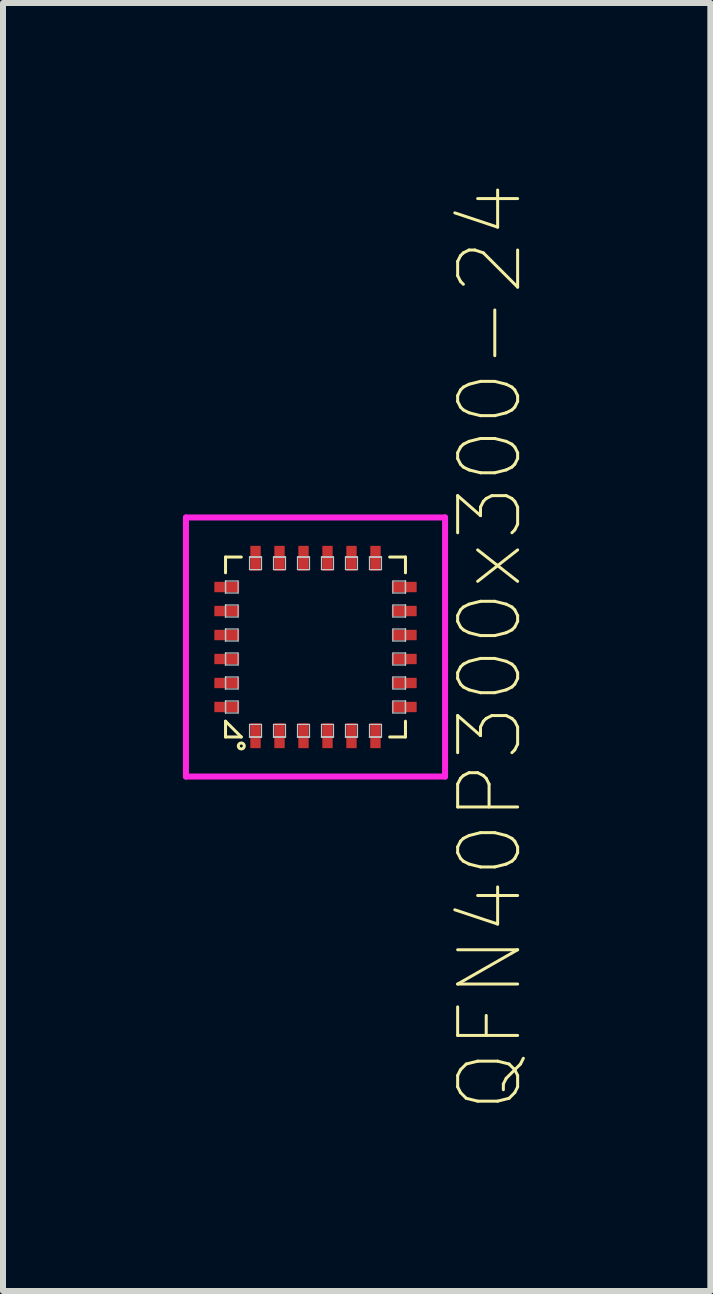
<source format=kicad_pcb>
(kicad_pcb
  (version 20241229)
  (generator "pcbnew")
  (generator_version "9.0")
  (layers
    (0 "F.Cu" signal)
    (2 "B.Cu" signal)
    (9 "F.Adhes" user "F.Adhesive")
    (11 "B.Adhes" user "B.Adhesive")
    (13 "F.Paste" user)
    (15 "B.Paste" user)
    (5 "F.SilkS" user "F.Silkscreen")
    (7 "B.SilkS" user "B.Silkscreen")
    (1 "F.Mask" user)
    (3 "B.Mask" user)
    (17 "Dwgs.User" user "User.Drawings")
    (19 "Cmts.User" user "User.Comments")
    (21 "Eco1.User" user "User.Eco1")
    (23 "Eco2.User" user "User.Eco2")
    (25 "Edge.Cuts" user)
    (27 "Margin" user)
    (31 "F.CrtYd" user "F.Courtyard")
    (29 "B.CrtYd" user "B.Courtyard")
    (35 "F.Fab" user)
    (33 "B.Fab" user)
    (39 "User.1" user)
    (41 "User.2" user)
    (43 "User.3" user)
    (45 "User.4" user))
  (footprint "QFN40P300x300-24"
    (layer "F.Cu")
    (at 2.21 7.737)
    (property "Reference" "QFN40P300x300-24" (at 2.91 0 90) (layer "F.SilkS") (effects (font (size 1 1) (thickness 0.05))))
    (attr through_hole)
    (fp_line (start -1.5 -1.5) (end -1.5 -1.237) (stroke (width 0.05) (type solid)) (layer "F.SilkS"))
    (fp_line (start -1.5 -1.5) (end -1.237 -1.5) (stroke (width 0.05) (type solid)) (layer "F.SilkS"))
    (fp_line (start -1.5 1.237) (end -1.237 1.5) (stroke (width 0.05) (type solid)) (layer "F.SilkS"))
    (fp_line (start -1.5 1.5) (end -1.5 1.237) (stroke (width 0.05) (type solid)) (layer "F.SilkS"))
    (fp_line (start -1.5 1.5) (end -1.237 1.5) (stroke (width 0.05) (type solid)) (layer "F.SilkS"))
    (fp_line (start 1.5 -1.5) (end 1.237 -1.5) (stroke (width 0.05) (type solid)) (layer "F.SilkS"))
    (fp_line (start 1.5 -1.5) (end 1.5 -1.237) (stroke (width 0.05) (type solid)) (layer "F.SilkS"))
    (fp_line (start 1.5 1.5) (end 1.237 1.5) (stroke (width 0.05) (type solid)) (layer "F.SilkS"))
    (fp_line (start 1.5 1.5) (end 1.5 1.237) (stroke (width 0.05) (type solid)) (layer "F.SilkS"))
    (fp_circle (center -1.237 1.65) (end -1.187 1.65) (stroke (width 0.05) (type solid)) (fill no) (layer "F.SilkS"))
    (fp_line (start -1.5 -1.1) (end -1.5 -1.1) (stroke (width 0.02) (type solid)) (layer "Dwgs.User"))
    (fp_line (start -1.5 -1.1) (end -1.5 -0.9) (stroke (width 0.02) (type solid)) (layer "Dwgs.User"))
    (fp_line (start -1.5 -1.1) (end -1.29 -1.1) (stroke (width 0.02) (type solid)) (layer "Dwgs.User"))
    (fp_line (start -1.5 -0.9) (end -1.5 -1.1) (stroke (width 0.02) (type solid)) (layer "Dwgs.User"))
    (fp_line (start -1.5 -0.9) (end -1.5 -1.1) (stroke (width 0.02) (type solid)) (layer "Dwgs.User"))
    (fp_line (start -1.5 -0.9) (end -1.5 -0.9) (stroke (width 0.02) (type solid)) (layer "Dwgs.User"))
    (fp_line (start -1.5 -0.7) (end -1.5 -0.7) (stroke (width 0.02) (type solid)) (layer "Dwgs.User"))
    (fp_line (start -1.5 -0.7) (end -1.5 -0.5) (stroke (width 0.02) (type solid)) (layer "Dwgs.User"))
    (fp_line (start -1.5 -0.7) (end -1.29 -0.7) (stroke (width 0.02) (type solid)) (layer "Dwgs.User"))
    (fp_line (start -1.5 -0.5) (end -1.5 -0.7) (stroke (width 0.02) (type solid)) (layer "Dwgs.User"))
    (fp_line (start -1.5 -0.5) (end -1.5 -0.7) (stroke (width 0.02) (type solid)) (layer "Dwgs.User"))
    (fp_line (start -1.5 -0.5) (end -1.5 -0.5) (stroke (width 0.02) (type solid)) (layer "Dwgs.User"))
    (fp_line (start -1.5 -0.3) (end -1.5 -0.3) (stroke (width 0.02) (type solid)) (layer "Dwgs.User"))
    (fp_line (start -1.5 -0.3) (end -1.5 -0.1) (stroke (width 0.02) (type solid)) (layer "Dwgs.User"))
    (fp_line (start -1.5 -0.3) (end -1.29 -0.3) (stroke (width 0.02) (type solid)) (layer "Dwgs.User"))
    (fp_line (start -1.5 -0.1) (end -1.5 -0.3) (stroke (width 0.02) (type solid)) (layer "Dwgs.User"))
    (fp_line (start -1.5 -0.1) (end -1.5 -0.3) (stroke (width 0.02) (type solid)) (layer "Dwgs.User"))
    (fp_line (start -1.5 -0.1) (end -1.5 -0.1) (stroke (width 0.02) (type solid)) (layer "Dwgs.User"))
    (fp_line (start -1.5 0.1) (end -1.5 0.1) (stroke (width 0.02) (type solid)) (layer "Dwgs.User"))
    (fp_line (start -1.5 0.1) (end -1.5 0.3) (stroke (width 0.02) (type solid)) (layer "Dwgs.User"))
    (fp_line (start -1.5 0.1) (end -1.29 0.1) (stroke (width 0.02) (type solid)) (layer "Dwgs.User"))
    (fp_line (start -1.5 0.3) (end -1.5 0.1) (stroke (width 0.02) (type solid)) (layer "Dwgs.User"))
    (fp_line (start -1.5 0.3) (end -1.5 0.1) (stroke (width 0.02) (type solid)) (layer "Dwgs.User"))
    (fp_line (start -1.5 0.3) (end -1.5 0.3) (stroke (width 0.02) (type solid)) (layer "Dwgs.User"))
    (fp_line (start -1.5 0.5) (end -1.5 0.5) (stroke (width 0.02) (type solid)) (layer "Dwgs.User"))
    (fp_line (start -1.5 0.5) (end -1.5 0.7) (stroke (width 0.02) (type solid)) (layer "Dwgs.User"))
    (fp_line (start -1.5 0.5) (end -1.29 0.5) (stroke (width 0.02) (type solid)) (layer "Dwgs.User"))
    (fp_line (start -1.5 0.7) (end -1.5 0.5) (stroke (width 0.02) (type solid)) (layer "Dwgs.User"))
    (fp_line (start -1.5 0.7) (end -1.5 0.5) (stroke (width 0.02) (type solid)) (layer "Dwgs.User"))
    (fp_line (start -1.5 0.7) (end -1.5 0.7) (stroke (width 0.02) (type solid)) (layer "Dwgs.User"))
    (fp_line (start -1.5 0.9) (end -1.5 0.9) (stroke (width 0.02) (type solid)) (layer "Dwgs.User"))
    (fp_line (start -1.5 0.9) (end -1.5 1.1) (stroke (width 0.02) (type solid)) (layer "Dwgs.User"))
    (fp_line (start -1.5 0.9) (end -1.29 0.9) (stroke (width 0.02) (type solid)) (layer "Dwgs.User"))
    (fp_line (start -1.5 1.1) (end -1.5 0.9) (stroke (width 0.02) (type solid)) (layer "Dwgs.User"))
    (fp_line (start -1.5 1.1) (end -1.5 0.9) (stroke (width 0.02) (type solid)) (layer "Dwgs.User"))
    (fp_line (start -1.5 1.1) (end -1.5 1.1) (stroke (width 0.02) (type solid)) (layer "Dwgs.User"))
    (fp_line (start -1.29 -1.1) (end -1.29 -0.9) (stroke (width 0.02) (type solid)) (layer "Dwgs.User"))
    (fp_line (start -1.29 -0.9) (end -1.5 -0.9) (stroke (width 0.02) (type solid)) (layer "Dwgs.User"))
    (fp_line (start -1.29 -0.7) (end -1.29 -0.5) (stroke (width 0.02) (type solid)) (layer "Dwgs.User"))
    (fp_line (start -1.29 -0.5) (end -1.5 -0.5) (stroke (width 0.02) (type solid)) (layer "Dwgs.User"))
    (fp_line (start -1.29 -0.3) (end -1.29 -0.1) (stroke (width 0.02) (type solid)) (layer "Dwgs.User"))
    (fp_line (start -1.29 -0.1) (end -1.5 -0.1) (stroke (width 0.02) (type solid)) (layer "Dwgs.User"))
    (fp_line (start -1.29 0.1) (end -1.29 0.3) (stroke (width 0.02) (type solid)) (layer "Dwgs.User"))
    (fp_line (start -1.29 0.3) (end -1.5 0.3) (stroke (width 0.02) (type solid)) (layer "Dwgs.User"))
    (fp_line (start -1.29 0.5) (end -1.29 0.7) (stroke (width 0.02) (type solid)) (layer "Dwgs.User"))
    (fp_line (start -1.29 0.7) (end -1.5 0.7) (stroke (width 0.02) (type solid)) (layer "Dwgs.User"))
    (fp_line (start -1.29 0.9) (end -1.29 1.1) (stroke (width 0.02) (type solid)) (layer "Dwgs.User"))
    (fp_line (start -1.29 1.1) (end -1.5 1.1) (stroke (width 0.02) (type solid)) (layer "Dwgs.User"))
    (fp_line (start -1.1 -1.5) (end -1.1 -1.5) (stroke (width 0.02) (type solid)) (layer "Dwgs.User"))
    (fp_line (start -1.1 -1.5) (end -0.9 -1.5) (stroke (width 0.02) (type solid)) (layer "Dwgs.User"))
    (fp_line (start -1.1 -1.5) (end -0.9 -1.5) (stroke (width 0.02) (type solid)) (layer "Dwgs.User"))
    (fp_line (start -1.1 -1.29) (end -1.1 -1.5) (stroke (width 0.02) (type solid)) (layer "Dwgs.User"))
    (fp_line (start -1.1 1.29) (end -1.1 1.5) (stroke (width 0.02) (type solid)) (layer "Dwgs.User"))
    (fp_line (start -1.1 1.5) (end -1.1 1.5) (stroke (width 0.02) (type solid)) (layer "Dwgs.User"))
    (fp_line (start -1.1 1.5) (end -0.9 1.5) (stroke (width 0.02) (type solid)) (layer "Dwgs.User"))
    (fp_line (start -1.1 1.5) (end -0.9 1.5) (stroke (width 0.02) (type solid)) (layer "Dwgs.User"))
    (fp_line (start -0.9 -1.5) (end -1.1 -1.5) (stroke (width 0.02) (type solid)) (layer "Dwgs.User"))
    (fp_line (start -0.9 -1.5) (end -0.9 -1.5) (stroke (width 0.02) (type solid)) (layer "Dwgs.User"))
    (fp_line (start -0.9 -1.5) (end -0.9 -1.29) (stroke (width 0.02) (type solid)) (layer "Dwgs.User"))
    (fp_line (start -0.9 -1.29) (end -1.1 -1.29) (stroke (width 0.02) (type solid)) (layer "Dwgs.User"))
    (fp_line (start -0.9 1.29) (end -1.1 1.29) (stroke (width 0.02) (type solid)) (layer "Dwgs.User"))
    (fp_line (start -0.9 1.5) (end -1.1 1.5) (stroke (width 0.02) (type solid)) (layer "Dwgs.User"))
    (fp_line (start -0.9 1.5) (end -0.9 1.29) (stroke (width 0.02) (type solid)) (layer "Dwgs.User"))
    (fp_line (start -0.9 1.5) (end -0.9 1.5) (stroke (width 0.02) (type solid)) (layer "Dwgs.User"))
    (fp_line (start -0.7 -1.5) (end -0.7 -1.5) (stroke (width 0.02) (type solid)) (layer "Dwgs.User"))
    (fp_line (start -0.7 -1.5) (end -0.5 -1.5) (stroke (width 0.02) (type solid)) (layer "Dwgs.User"))
    (fp_line (start -0.7 -1.5) (end -0.5 -1.5) (stroke (width 0.02) (type solid)) (layer "Dwgs.User"))
    (fp_line (start -0.7 -1.29) (end -0.7 -1.5) (stroke (width 0.02) (type solid)) (layer "Dwgs.User"))
    (fp_line (start -0.7 1.29) (end -0.7 1.5) (stroke (width 0.02) (type solid)) (layer "Dwgs.User"))
    (fp_line (start -0.7 1.5) (end -0.7 1.5) (stroke (width 0.02) (type solid)) (layer "Dwgs.User"))
    (fp_line (start -0.7 1.5) (end -0.5 1.5) (stroke (width 0.02) (type solid)) (layer "Dwgs.User"))
    (fp_line (start -0.7 1.5) (end -0.5 1.5) (stroke (width 0.02) (type solid)) (layer "Dwgs.User"))
    (fp_line (start -0.5 -1.5) (end -0.7 -1.5) (stroke (width 0.02) (type solid)) (layer "Dwgs.User"))
    (fp_line (start -0.5 -1.5) (end -0.5 -1.5) (stroke (width 0.02) (type solid)) (layer "Dwgs.User"))
    (fp_line (start -0.5 -1.5) (end -0.5 -1.29) (stroke (width 0.02) (type solid)) (layer "Dwgs.User"))
    (fp_line (start -0.5 -1.29) (end -0.7 -1.29) (stroke (width 0.02) (type solid)) (layer "Dwgs.User"))
    (fp_line (start -0.5 1.29) (end -0.7 1.29) (stroke (width 0.02) (type solid)) (layer "Dwgs.User"))
    (fp_line (start -0.5 1.5) (end -0.7 1.5) (stroke (width 0.02) (type solid)) (layer "Dwgs.User"))
    (fp_line (start -0.5 1.5) (end -0.5 1.29) (stroke (width 0.02) (type solid)) (layer "Dwgs.User"))
    (fp_line (start -0.5 1.5) (end -0.5 1.5) (stroke (width 0.02) (type solid)) (layer "Dwgs.User"))
    (fp_line (start -0.3 -1.5) (end -0.3 -1.5) (stroke (width 0.02) (type solid)) (layer "Dwgs.User"))
    (fp_line (start -0.3 -1.5) (end -0.1 -1.5) (stroke (width 0.02) (type solid)) (layer "Dwgs.User"))
    (fp_line (start -0.3 -1.5) (end -0.1 -1.5) (stroke (width 0.02) (type solid)) (layer "Dwgs.User"))
    (fp_line (start -0.3 -1.29) (end -0.3 -1.5) (stroke (width 0.02) (type solid)) (layer "Dwgs.User"))
    (fp_line (start -0.3 1.29) (end -0.3 1.5) (stroke (width 0.02) (type solid)) (layer "Dwgs.User"))
    (fp_line (start -0.3 1.5) (end -0.3 1.5) (stroke (width 0.02) (type solid)) (layer "Dwgs.User"))
    (fp_line (start -0.3 1.5) (end -0.1 1.5) (stroke (width 0.02) (type solid)) (layer "Dwgs.User"))
    (fp_line (start -0.3 1.5) (end -0.1 1.5) (stroke (width 0.02) (type solid)) (layer "Dwgs.User"))
    (fp_line (start -0.1 -1.5) (end -0.3 -1.5) (stroke (width 0.02) (type solid)) (layer "Dwgs.User"))
    (fp_line (start -0.1 -1.5) (end -0.1 -1.5) (stroke (width 0.02) (type solid)) (layer "Dwgs.User"))
    (fp_line (start -0.1 -1.5) (end -0.1 -1.29) (stroke (width 0.02) (type solid)) (layer "Dwgs.User"))
    (fp_line (start -0.1 -1.29) (end -0.3 -1.29) (stroke (width 0.02) (type solid)) (layer "Dwgs.User"))
    (fp_line (start -0.1 1.29) (end -0.3 1.29) (stroke (width 0.02) (type solid)) (layer "Dwgs.User"))
    (fp_line (start -0.1 1.5) (end -0.3 1.5) (stroke (width 0.02) (type solid)) (layer "Dwgs.User"))
    (fp_line (start -0.1 1.5) (end -0.1 1.29) (stroke (width 0.02) (type solid)) (layer "Dwgs.User"))
    (fp_line (start -0.1 1.5) (end -0.1 1.5) (stroke (width 0.02) (type solid)) (layer "Dwgs.User"))
    (fp_line (start 0.1 -1.5) (end 0.1 -1.5) (stroke (width 0.02) (type solid)) (layer "Dwgs.User"))
    (fp_line (start 0.1 -1.5) (end 0.3 -1.5) (stroke (width 0.02) (type solid)) (layer "Dwgs.User"))
    (fp_line (start 0.1 -1.5) (end 0.3 -1.5) (stroke (width 0.02) (type solid)) (layer "Dwgs.User"))
    (fp_line (start 0.1 -1.29) (end 0.1 -1.5) (stroke (width 0.02) (type solid)) (layer "Dwgs.User"))
    (fp_line (start 0.1 1.29) (end 0.1 1.5) (stroke (width 0.02) (type solid)) (layer "Dwgs.User"))
    (fp_line (start 0.1 1.5) (end 0.1 1.5) (stroke (width 0.02) (type solid)) (layer "Dwgs.User"))
    (fp_line (start 0.1 1.5) (end 0.3 1.5) (stroke (width 0.02) (type solid)) (layer "Dwgs.User"))
    (fp_line (start 0.1 1.5) (end 0.3 1.5) (stroke (width 0.02) (type solid)) (layer "Dwgs.User"))
    (fp_line (start 0.3 -1.5) (end 0.1 -1.5) (stroke (width 0.02) (type solid)) (layer "Dwgs.User"))
    (fp_line (start 0.3 -1.5) (end 0.3 -1.5) (stroke (width 0.02) (type solid)) (layer "Dwgs.User"))
    (fp_line (start 0.3 -1.5) (end 0.3 -1.29) (stroke (width 0.02) (type solid)) (layer "Dwgs.User"))
    (fp_line (start 0.3 -1.29) (end 0.1 -1.29) (stroke (width 0.02) (type solid)) (layer "Dwgs.User"))
    (fp_line (start 0.3 1.29) (end 0.1 1.29) (stroke (width 0.02) (type solid)) (layer "Dwgs.User"))
    (fp_line (start 0.3 1.5) (end 0.1 1.5) (stroke (width 0.02) (type solid)) (layer "Dwgs.User"))
    (fp_line (start 0.3 1.5) (end 0.3 1.29) (stroke (width 0.02) (type solid)) (layer "Dwgs.User"))
    (fp_line (start 0.3 1.5) (end 0.3 1.5) (stroke (width 0.02) (type solid)) (layer "Dwgs.User"))
    (fp_line (start 0.5 -1.5) (end 0.5 -1.5) (stroke (width 0.02) (type solid)) (layer "Dwgs.User"))
    (fp_line (start 0.5 -1.5) (end 0.7 -1.5) (stroke (width 0.02) (type solid)) (layer "Dwgs.User"))
    (fp_line (start 0.5 -1.5) (end 0.7 -1.5) (stroke (width 0.02) (type solid)) (layer "Dwgs.User"))
    (fp_line (start 0.5 -1.29) (end 0.5 -1.5) (stroke (width 0.02) (type solid)) (layer "Dwgs.User"))
    (fp_line (start 0.5 1.29) (end 0.5 1.5) (stroke (width 0.02) (type solid)) (layer "Dwgs.User"))
    (fp_line (start 0.5 1.5) (end 0.5 1.5) (stroke (width 0.02) (type solid)) (layer "Dwgs.User"))
    (fp_line (start 0.5 1.5) (end 0.7 1.5) (stroke (width 0.02) (type solid)) (layer "Dwgs.User"))
    (fp_line (start 0.5 1.5) (end 0.7 1.5) (stroke (width 0.02) (type solid)) (layer "Dwgs.User"))
    (fp_line (start 0.7 -1.5) (end 0.5 -1.5) (stroke (width 0.02) (type solid)) (layer "Dwgs.User"))
    (fp_line (start 0.7 -1.5) (end 0.7 -1.5) (stroke (width 0.02) (type solid)) (layer "Dwgs.User"))
    (fp_line (start 0.7 -1.5) (end 0.7 -1.29) (stroke (width 0.02) (type solid)) (layer "Dwgs.User"))
    (fp_line (start 0.7 -1.29) (end 0.5 -1.29) (stroke (width 0.02) (type solid)) (layer "Dwgs.User"))
    (fp_line (start 0.7 1.29) (end 0.5 1.29) (stroke (width 0.02) (type solid)) (layer "Dwgs.User"))
    (fp_line (start 0.7 1.5) (end 0.5 1.5) (stroke (width 0.02) (type solid)) (layer "Dwgs.User"))
    (fp_line (start 0.7 1.5) (end 0.7 1.29) (stroke (width 0.02) (type solid)) (layer "Dwgs.User"))
    (fp_line (start 0.7 1.5) (end 0.7 1.5) (stroke (width 0.02) (type solid)) (layer "Dwgs.User"))
    (fp_line (start 0.9 -1.5) (end 0.9 -1.5) (stroke (width 0.02) (type solid)) (layer "Dwgs.User"))
    (fp_line (start 0.9 -1.5) (end 1.1 -1.5) (stroke (width 0.02) (type solid)) (layer "Dwgs.User"))
    (fp_line (start 0.9 -1.5) (end 1.1 -1.5) (stroke (width 0.02) (type solid)) (layer "Dwgs.User"))
    (fp_line (start 0.9 -1.29) (end 0.9 -1.5) (stroke (width 0.02) (type solid)) (layer "Dwgs.User"))
    (fp_line (start 0.9 1.29) (end 0.9 1.5) (stroke (width 0.02) (type solid)) (layer "Dwgs.User"))
    (fp_line (start 0.9 1.5) (end 0.9 1.5) (stroke (width 0.02) (type solid)) (layer "Dwgs.User"))
    (fp_line (start 0.9 1.5) (end 1.1 1.5) (stroke (width 0.02) (type solid)) (layer "Dwgs.User"))
    (fp_line (start 0.9 1.5) (end 1.1 1.5) (stroke (width 0.02) (type solid)) (layer "Dwgs.User"))
    (fp_line (start 1.1 -1.5) (end 0.9 -1.5) (stroke (width 0.02) (type solid)) (layer "Dwgs.User"))
    (fp_line (start 1.1 -1.5) (end 1.1 -1.5) (stroke (width 0.02) (type solid)) (layer "Dwgs.User"))
    (fp_line (start 1.1 -1.5) (end 1.1 -1.29) (stroke (width 0.02) (type solid)) (layer "Dwgs.User"))
    (fp_line (start 1.1 -1.29) (end 0.9 -1.29) (stroke (width 0.02) (type solid)) (layer "Dwgs.User"))
    (fp_line (start 1.1 1.29) (end 0.9 1.29) (stroke (width 0.02) (type solid)) (layer "Dwgs.User"))
    (fp_line (start 1.1 1.5) (end 0.9 1.5) (stroke (width 0.02) (type solid)) (layer "Dwgs.User"))
    (fp_line (start 1.1 1.5) (end 1.1 1.29) (stroke (width 0.02) (type solid)) (layer "Dwgs.User"))
    (fp_line (start 1.1 1.5) (end 1.1 1.5) (stroke (width 0.02) (type solid)) (layer "Dwgs.User"))
    (fp_line (start 1.29 -1.1) (end 1.29 -0.9) (stroke (width 0.02) (type solid)) (layer "Dwgs.User"))
    (fp_line (start 1.29 -0.9) (end 1.5 -0.9) (stroke (width 0.02) (type solid)) (layer "Dwgs.User"))
    (fp_line (start 1.29 -0.7) (end 1.29 -0.5) (stroke (width 0.02) (type solid)) (layer "Dwgs.User"))
    (fp_line (start 1.29 -0.5) (end 1.5 -0.5) (stroke (width 0.02) (type solid)) (layer "Dwgs.User"))
    (fp_line (start 1.29 -0.3) (end 1.29 -0.1) (stroke (width 0.02) (type solid)) (layer "Dwgs.User"))
    (fp_line (start 1.29 -0.1) (end 1.5 -0.1) (stroke (width 0.02) (type solid)) (layer "Dwgs.User"))
    (fp_line (start 1.29 0.1) (end 1.29 0.3) (stroke (width 0.02) (type solid)) (layer "Dwgs.User"))
    (fp_line (start 1.29 0.3) (end 1.5 0.3) (stroke (width 0.02) (type solid)) (layer "Dwgs.User"))
    (fp_line (start 1.29 0.5) (end 1.29 0.7) (stroke (width 0.02) (type solid)) (layer "Dwgs.User"))
    (fp_line (start 1.29 0.7) (end 1.5 0.7) (stroke (width 0.02) (type solid)) (layer "Dwgs.User"))
    (fp_line (start 1.29 0.9) (end 1.29 1.1) (stroke (width 0.02) (type solid)) (layer "Dwgs.User"))
    (fp_line (start 1.29 1.1) (end 1.5 1.1) (stroke (width 0.02) (type solid)) (layer "Dwgs.User"))
    (fp_line (start 1.5 -1.1) (end 1.29 -1.1) (stroke (width 0.02) (type solid)) (layer "Dwgs.User"))
    (fp_line (start 1.5 -1.1) (end 1.5 -1.1) (stroke (width 0.02) (type solid)) (layer "Dwgs.User"))
    (fp_line (start 1.5 -1.1) (end 1.5 -0.9) (stroke (width 0.02) (type solid)) (layer "Dwgs.User"))
    (fp_line (start 1.5 -0.9) (end 1.5 -1.1) (stroke (width 0.02) (type solid)) (layer "Dwgs.User"))
    (fp_line (start 1.5 -0.9) (end 1.5 -1.1) (stroke (width 0.02) (type solid)) (layer "Dwgs.User"))
    (fp_line (start 1.5 -0.9) (end 1.5 -0.9) (stroke (width 0.02) (type solid)) (layer "Dwgs.User"))
    (fp_line (start 1.5 -0.7) (end 1.29 -0.7) (stroke (width 0.02) (type solid)) (layer "Dwgs.User"))
    (fp_line (start 1.5 -0.7) (end 1.5 -0.7) (stroke (width 0.02) (type solid)) (layer "Dwgs.User"))
    (fp_line (start 1.5 -0.7) (end 1.5 -0.5) (stroke (width 0.02) (type solid)) (layer "Dwgs.User"))
    (fp_line (start 1.5 -0.5) (end 1.5 -0.7) (stroke (width 0.02) (type solid)) (layer "Dwgs.User"))
    (fp_line (start 1.5 -0.5) (end 1.5 -0.7) (stroke (width 0.02) (type solid)) (layer "Dwgs.User"))
    (fp_line (start 1.5 -0.5) (end 1.5 -0.5) (stroke (width 0.02) (type solid)) (layer "Dwgs.User"))
    (fp_line (start 1.5 -0.3) (end 1.29 -0.3) (stroke (width 0.02) (type solid)) (layer "Dwgs.User"))
    (fp_line (start 1.5 -0.3) (end 1.5 -0.3) (stroke (width 0.02) (type solid)) (layer "Dwgs.User"))
    (fp_line (start 1.5 -0.3) (end 1.5 -0.1) (stroke (width 0.02) (type solid)) (layer "Dwgs.User"))
    (fp_line (start 1.5 -0.1) (end 1.5 -0.3) (stroke (width 0.02) (type solid)) (layer "Dwgs.User"))
    (fp_line (start 1.5 -0.1) (end 1.5 -0.3) (stroke (width 0.02) (type solid)) (layer "Dwgs.User"))
    (fp_line (start 1.5 -0.1) (end 1.5 -0.1) (stroke (width 0.02) (type solid)) (layer "Dwgs.User"))
    (fp_line (start 1.5 0.1) (end 1.29 0.1) (stroke (width 0.02) (type solid)) (layer "Dwgs.User"))
    (fp_line (start 1.5 0.1) (end 1.5 0.1) (stroke (width 0.02) (type solid)) (layer "Dwgs.User"))
    (fp_line (start 1.5 0.1) (end 1.5 0.3) (stroke (width 0.02) (type solid)) (layer "Dwgs.User"))
    (fp_line (start 1.5 0.3) (end 1.5 0.1) (stroke (width 0.02) (type solid)) (layer "Dwgs.User"))
    (fp_line (start 1.5 0.3) (end 1.5 0.1) (stroke (width 0.02) (type solid)) (layer "Dwgs.User"))
    (fp_line (start 1.5 0.3) (end 1.5 0.3) (stroke (width 0.02) (type solid)) (layer "Dwgs.User"))
    (fp_line (start 1.5 0.5) (end 1.29 0.5) (stroke (width 0.02) (type solid)) (layer "Dwgs.User"))
    (fp_line (start 1.5 0.5) (end 1.5 0.5) (stroke (width 0.02) (type solid)) (layer "Dwgs.User"))
    (fp_line (start 1.5 0.5) (end 1.5 0.7) (stroke (width 0.02) (type solid)) (layer "Dwgs.User"))
    (fp_line (start 1.5 0.7) (end 1.5 0.5) (stroke (width 0.02) (type solid)) (layer "Dwgs.User"))
    (fp_line (start 1.5 0.7) (end 1.5 0.5) (stroke (width 0.02) (type solid)) (layer "Dwgs.User"))
    (fp_line (start 1.5 0.7) (end 1.5 0.7) (stroke (width 0.02) (type solid)) (layer "Dwgs.User"))
    (fp_line (start 1.5 0.9) (end 1.29 0.9) (stroke (width 0.02) (type solid)) (layer "Dwgs.User"))
    (fp_line (start 1.5 0.9) (end 1.5 0.9) (stroke (width 0.02) (type solid)) (layer "Dwgs.User"))
    (fp_line (start 1.5 0.9) (end 1.5 1.1) (stroke (width 0.02) (type solid)) (layer "Dwgs.User"))
    (fp_line (start 1.5 1.1) (end 1.5 0.9) (stroke (width 0.02) (type solid)) (layer "Dwgs.User"))
    (fp_line (start 1.5 1.1) (end 1.5 0.9) (stroke (width 0.02) (type solid)) (layer "Dwgs.User"))
    (fp_line (start 1.5 1.1) (end 1.5 1.1) (stroke (width 0.02) (type solid)) (layer "Dwgs.User"))
    (fp_line (start -0.75 0) (end 0.75 0) (stroke (width 0.05) (type solid)) (layer "Eco1.User"))
    (fp_line (start 0 -0.75) (end 0 0.75) (stroke (width 0.05) (type solid)) (layer "Eco1.User"))
    (fp_circle (center 0 0) (end 0.5 0) (stroke (width 0.05) (type solid)) (fill no) (layer "Eco1.User"))
    (fp_line (start -2.16 -2.16) (end -2.16 2.16) (stroke (width 0.1) (type solid)) (layer "F.CrtYd"))
    (fp_line (start -2.16 2.16) (end 2.16 2.16) (stroke (width 0.1) (type solid)) (layer "F.CrtYd"))
    (fp_line (start 2.16 -2.16) (end -2.16 -2.16) (stroke (width 0.1) (type solid)) (layer "F.CrtYd"))
    (fp_line (start 2.16 2.16) (end 2.16 -2.16) (stroke (width 0.1) (type solid)) (layer "F.CrtYd"))
    (pad "1" smd rect (at -1 1.48) (size 0.173 0.413) (layers "F.Cu" "F.Mask" "F.Paste"))
    (pad "2" smd rect (at -0.6 1.48) (size 0.173 0.413) (layers "F.Cu" "F.Mask" "F.Paste"))
    (pad "3" smd rect (at -0.2 1.48) (size 0.173 0.413) (layers "F.Cu" "F.Mask" "F.Paste"))
    (pad "4" smd rect (at 0.2 1.48) (size 0.173 0.413) (layers "F.Cu" "F.Mask" "F.Paste"))
    (pad "5" smd rect (at 0.6 1.48) (size 0.173 0.413) (layers "F.Cu" "F.Mask" "F.Paste"))
    (pad "6" smd rect (at 1 1.48) (size 0.173 0.413) (layers "F.Cu" "F.Mask" "F.Paste"))
    (pad "7" smd rect (at 1.48 1) (size 0.413 0.173) (layers "F.Cu" "F.Mask" "F.Paste"))
    (pad "8" smd rect (at 1.48 0.6) (size 0.413 0.173) (layers "F.Cu" "F.Mask" "F.Paste"))
    (pad "9" smd rect (at 1.48 0.2) (size 0.413 0.173) (layers "F.Cu" "F.Mask" "F.Paste"))
    (pad "10" smd rect (at 1.48 -0.2) (size 0.413 0.173) (layers "F.Cu" "F.Mask" "F.Paste"))
    (pad "11" smd rect (at 1.48 -0.6) (size 0.413 0.173) (layers "F.Cu" "F.Mask" "F.Paste"))
    (pad "12" smd rect (at 1.48 -1) (size 0.413 0.173) (layers "F.Cu" "F.Mask" "F.Paste"))
    (pad "13" smd rect (at 1 -1.48) (size 0.173 0.413) (layers "F.Cu" "F.Mask" "F.Paste"))
    (pad "14" smd rect (at 0.6 -1.48) (size 0.173 0.413) (layers "F.Cu" "F.Mask" "F.Paste"))
    (pad "15" smd rect (at 0.2 -1.48) (size 0.173 0.413) (layers "F.Cu" "F.Mask" "F.Paste"))
    (pad "16" smd rect (at -0.2 -1.48) (size 0.173 0.413) (layers "F.Cu" "F.Mask" "F.Paste"))
    (pad "17" smd rect (at -0.6 -1.48) (size 0.173 0.413) (layers "F.Cu" "F.Mask" "F.Paste"))
    (pad "18" smd rect (at -1 -1.48) (size 0.173 0.413) (layers "F.Cu" "F.Mask" "F.Paste"))
    (pad "19" smd rect (at -1.48 -1) (size 0.413 0.173) (layers "F.Cu" "F.Mask" "F.Paste"))
    (pad "20" smd rect (at -1.48 -0.6) (size 0.413 0.173) (layers "F.Cu" "F.Mask" "F.Paste"))
    (pad "21" smd rect (at -1.48 -0.2) (size 0.413 0.173) (layers "F.Cu" "F.Mask" "F.Paste"))
    (pad "22" smd rect (at -1.48 0.2) (size 0.413 0.173) (layers "F.Cu" "F.Mask" "F.Paste"))
    (pad "23" smd rect (at -1.48 0.6) (size 0.413 0.173) (layers "F.Cu" "F.Mask" "F.Paste"))
    (pad "24" smd rect (at -1.48 1) (size 0.413 0.173) (layers "F.Cu" "F.Mask" "F.Paste")))
  (gr_rect
    (start -3 -3)
    (end 8.793 18.474)
    (stroke (width 0.1) (type default))
    (fill no)
    (layer "Edge.Cuts")))
</source>
